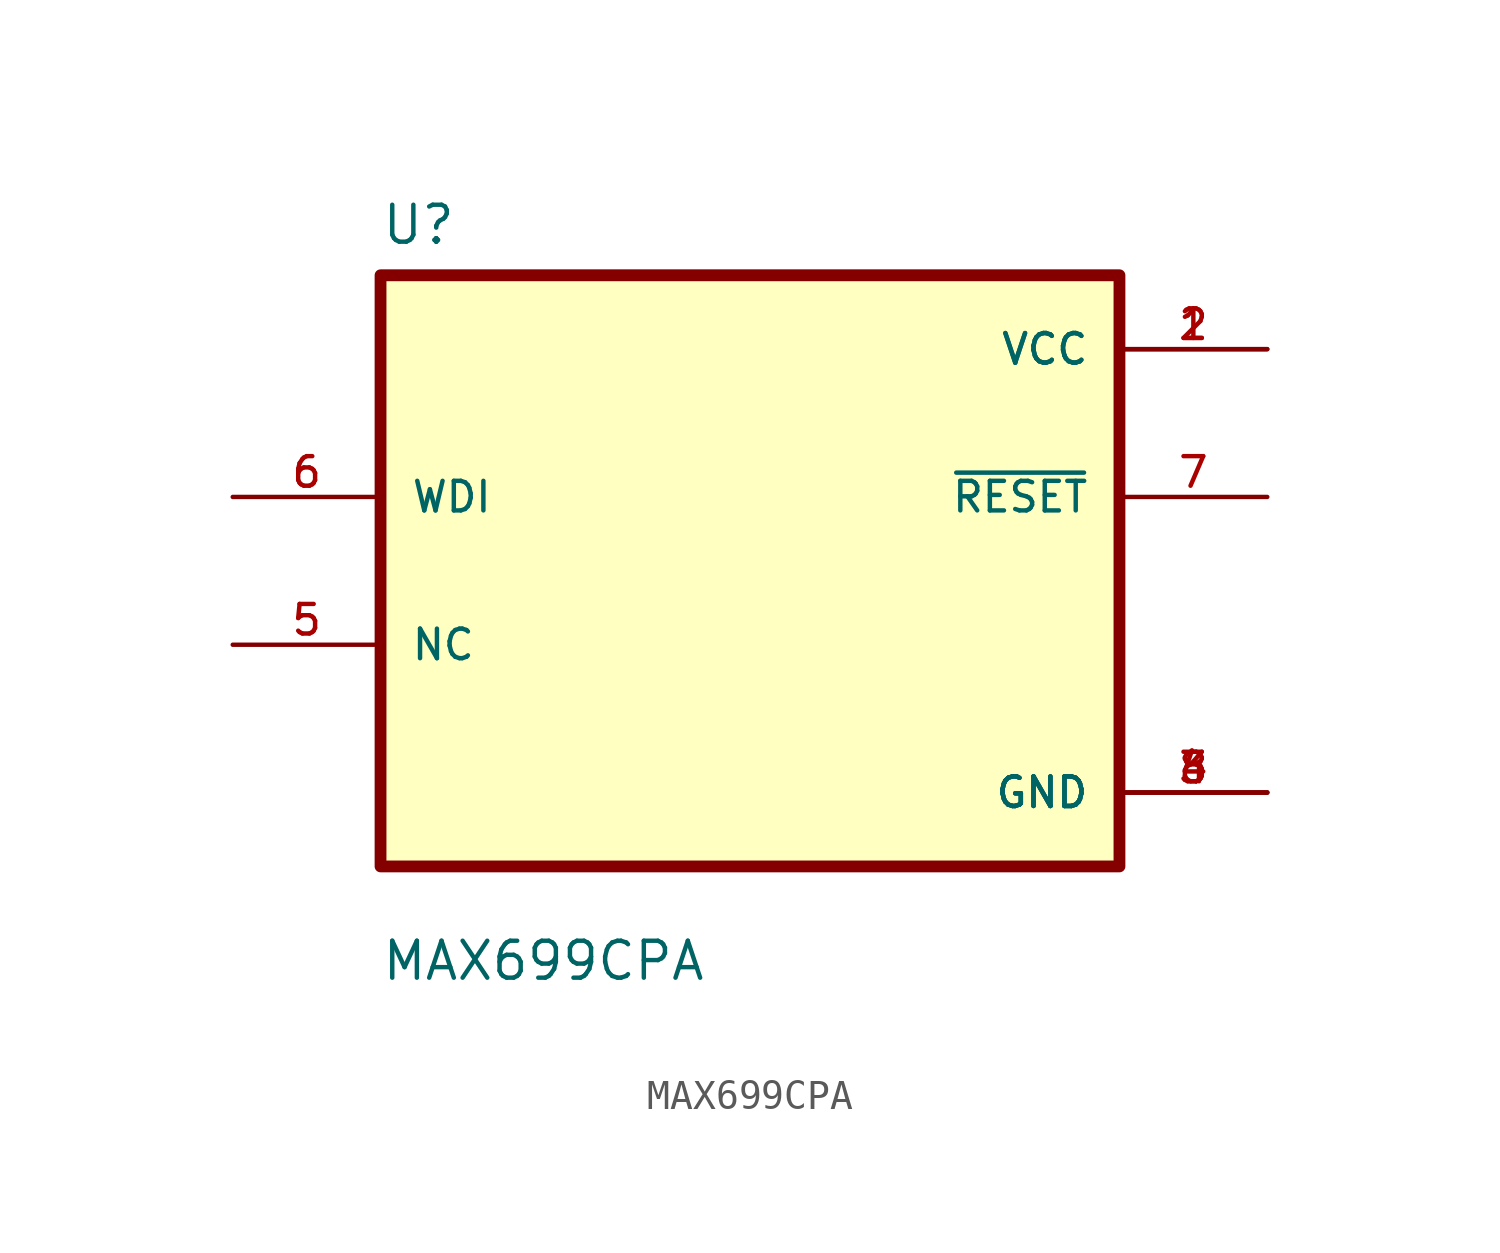
<source format=kicad_sym>
(kicad_symbol_lib
  (version 20211014)
  (generator kicad_symbol_editor)
  (symbol "MAX699CPA"
    (pin_names
      (offset 1.016))
    (property "Reference" "U"
      (at -12.7 11.151 0)
      (effects (font (size 1.27 1.27)) (justify left bottom)))
    (property "Value" "MAX699CPA"
      (at -12.7 -14.148 0)
      (effects (font (size 1.27 1.27)) (justify left bottom)))
    (property "ki_locked" ""
      (at 0 0 0)
      (effects (font (size 1.27 1.27))))
    (symbol "MAX699CPA_0_0"
      (rectangle (start -12.7 -10.16) (end 12.7 10.16) (stroke (width 0.406) (type default) (color 0 0 0 0)) (fill (type background)))
      (pin power_in line (at 17.78 7.62 180) (length 5.08) (name "VCC" (effects (font (size 1.016 1.016)))) (number "1" (effects (font (size 1.016 1.016)))))
      (pin power_in line (at 17.78 7.62 180) (length 5.08) (name "VCC" (effects (font (size 1.016 1.016)))) (number "2" (effects (font (size 1.016 1.016)))))
      (pin power_in line (at 17.78 -7.62 180) (length 5.08) (name "GND" (effects (font (size 1.016 1.016)))) (number "3" (effects (font (size 1.016 1.016)))))
      (pin power_in line (at 17.78 -7.62 180) (length 5.08) (name "GND" (effects (font (size 1.016 1.016)))) (number "4" (effects (font (size 1.016 1.016)))))
      (pin bidirectional line (at -17.78 -2.54 0) (length 5.08) (name "NC" (effects (font (size 1.016 1.016)))) (number "5" (effects (font (size 1.016 1.016)))))
      (pin input line (at -17.78 2.54 0) (length 5.08) (name "WDI" (effects (font (size 1.016 1.016)))) (number "6" (effects (font (size 1.016 1.016)))))
      (pin output line (at 17.78 2.54 180) (length 5.08) (name "~{RESET}" (effects (font (size 1.016 1.016)))) (number "7" (effects (font (size 1.016 1.016)))))
      (pin power_in line (at 17.78 -7.62 180) (length 5.08) (name "GND" (effects (font (size 1.016 1.016)))) (number "8" (effects (font (size 1.016 1.016))))))))
</source>
